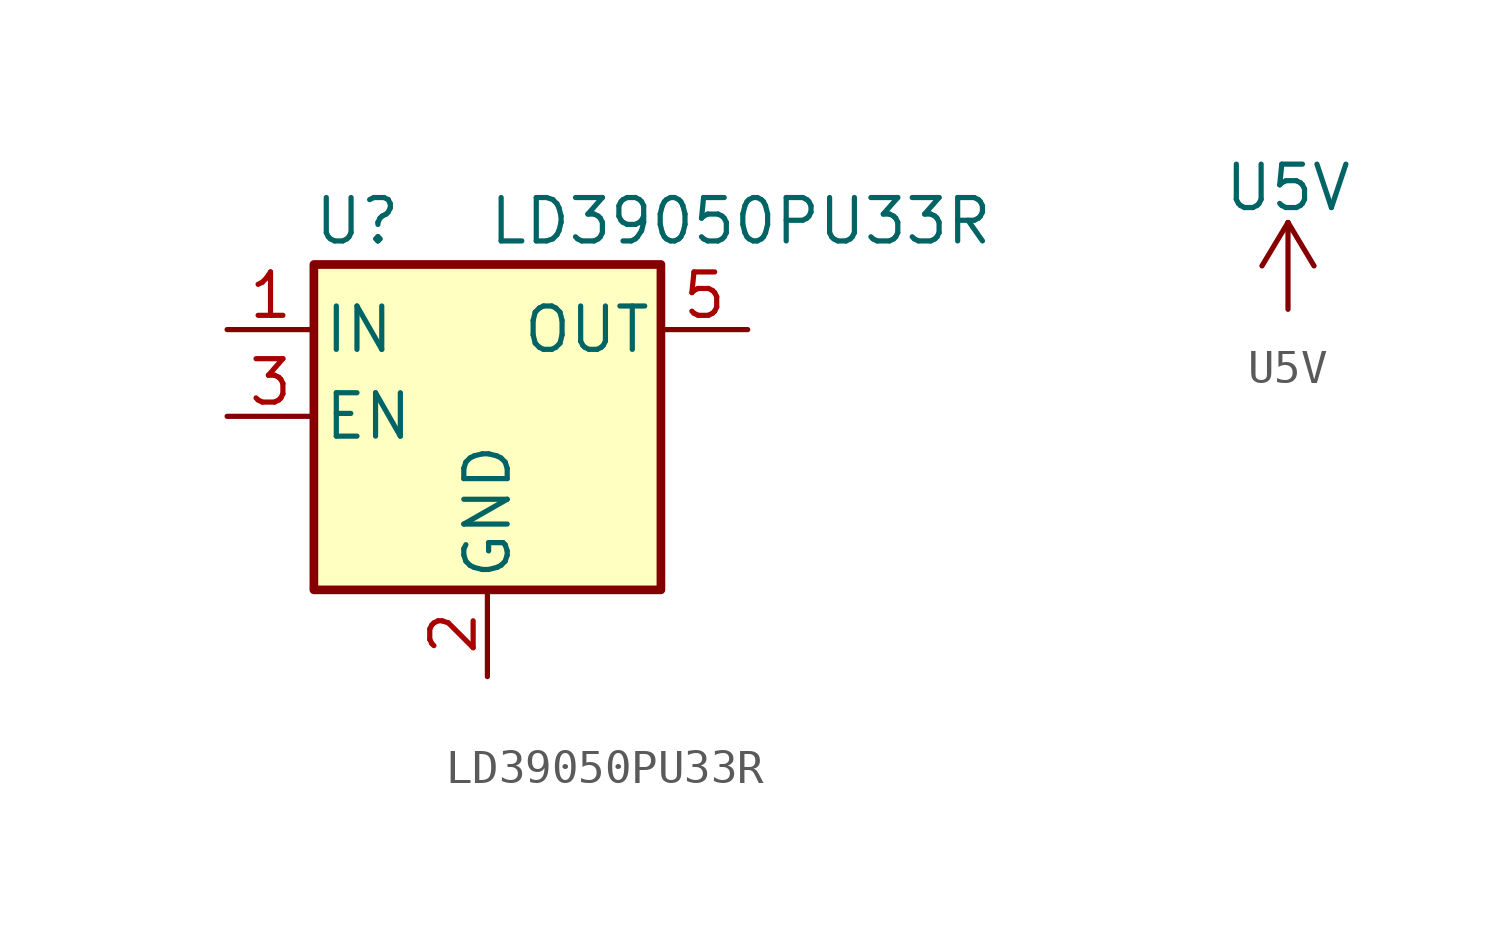
<source format=kicad_sym>
(kicad_symbol_lib
  (version 20220914)
  (generator kicad_symbol_editor)
  (symbol "LD39050PU33R"
    (pin_names
      (offset 0.254))
    (property "Reference" "U"
      (at -3.81 5.715 0)
      (effects (font (size 1.27 1.27))))
    (property "Value" "LD39050PU33R"
      (at 0 5.715 0)
      (effects (font (size 1.27 1.27)) (justify left)))
    (symbol "LD39050PU33R_0_1"
      (rectangle (start -5.08 4.445) (end 5.08 -5.08) (stroke (width 0.254) (type default)) (fill (type background))))
    (symbol "LD39050PU33R_1_1"
      (pin power_in line (at -7.62 2.54 0) (length 2.54) (name "IN" (effects (font (size 1.27 1.27)))) (number "1" (effects (font (size 1.27 1.27)))))
      (pin power_in line (at 0 -7.62 90) (length 2.54) (name "GND" (effects (font (size 1.27 1.27)))) (number "2" (effects (font (size 1.27 1.27)))))
      (pin input line (at -7.62 0 0) (length 2.54) (name "EN" (effects (font (size 1.27 1.27)))) (number "3" (effects (font (size 1.27 1.27)))))
      (pin no_connect line (at 5.08 0 180) (length 2.54) hide (name "NC" (effects (font (size 1.27 1.27)))) (number "4" (effects (font (size 1.27 1.27)))))
      (pin power_out line (at 7.62 2.54 180) (length 2.54) (name "OUT" (effects (font (size 1.27 1.27)))) (number "5" (effects (font (size 1.27 1.27)))))))
  (symbol "U5V"
    (power)
    (pin_names
      (offset 0))
    (property "Reference" "#PWR"
      (at 0 -3.81 0)
      (effects (font (size 1.27 1.27)) hide))
    (property "Value" "U5V"
      (at 0 3.556 0)
      (effects (font (size 1.27 1.27))))
    (symbol "U5V_0_1"
      (polyline (pts (xy -0.762 1.27) (xy 0 2.54)) (stroke (width 0) (type default)) (fill (type none)))
      (polyline (pts (xy 0 0) (xy 0 2.54)) (stroke (width 0) (type default)) (fill (type none)))
      (polyline (pts (xy 0 2.54) (xy 0.762 1.27)) (stroke (width 0) (type default)) (fill (type none))))
    (symbol "U5V_1_1"
      (pin power_in line (at 0 0 90) (length 0) hide (name "+5V0" (effects (font (size 1.27 1.27)))) (number "1" (effects (font (size 1.27 1.27))))))))
</source>
